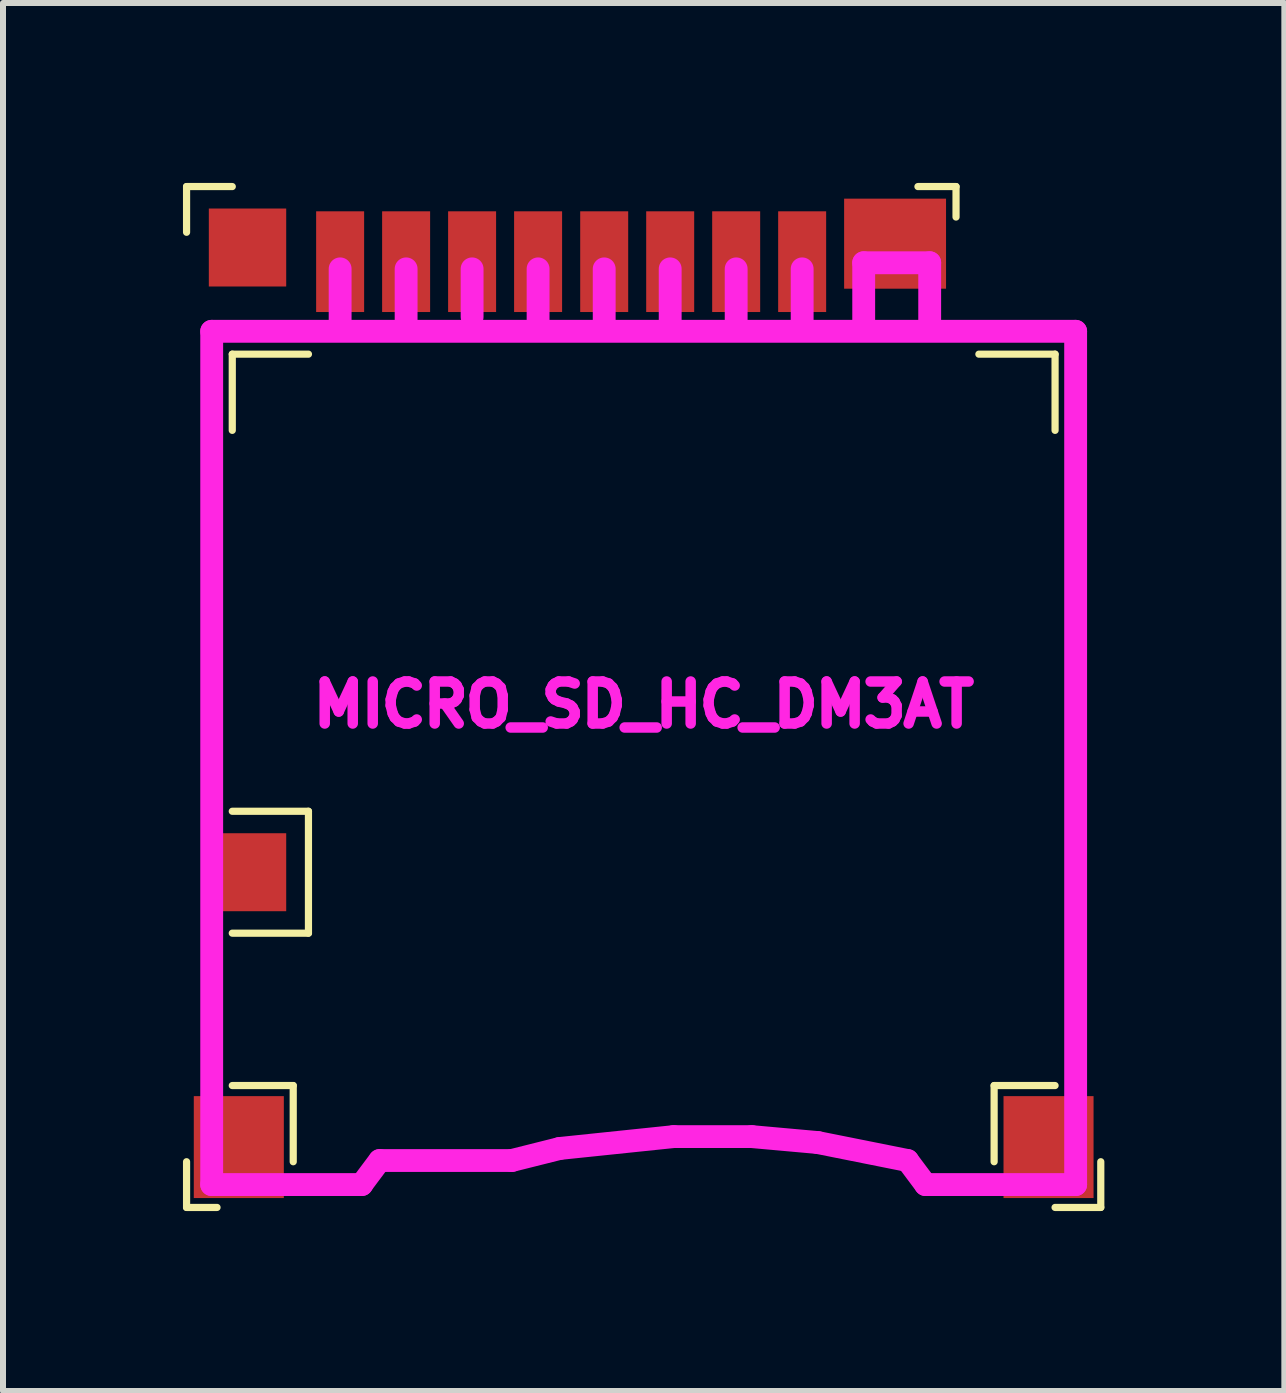
<source format=kicad_pcb>
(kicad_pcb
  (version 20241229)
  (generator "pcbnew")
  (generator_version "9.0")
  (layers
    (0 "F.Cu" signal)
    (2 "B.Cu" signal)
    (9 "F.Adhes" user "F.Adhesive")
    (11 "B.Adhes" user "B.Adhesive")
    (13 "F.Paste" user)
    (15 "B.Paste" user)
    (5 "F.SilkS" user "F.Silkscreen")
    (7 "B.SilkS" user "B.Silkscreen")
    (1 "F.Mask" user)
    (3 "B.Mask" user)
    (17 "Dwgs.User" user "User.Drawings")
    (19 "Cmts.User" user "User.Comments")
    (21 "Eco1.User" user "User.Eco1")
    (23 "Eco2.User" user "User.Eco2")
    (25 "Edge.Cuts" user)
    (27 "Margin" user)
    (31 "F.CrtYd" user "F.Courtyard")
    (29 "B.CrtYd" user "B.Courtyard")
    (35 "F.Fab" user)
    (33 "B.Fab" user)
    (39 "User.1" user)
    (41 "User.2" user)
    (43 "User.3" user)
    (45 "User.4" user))
  (footprint "MICRO_SD_HC_DM3AT"
    (layer "F.Cu")
    (at 7.68 8.696)
    (property "Reference" "MICRO_SD_HC_DM3AT" (at 0 0 0) (layer "F.CrtYd") (effects (font (size 0.7 0.7) (thickness 0.175))))
    (attr smd)
    (fp_line (start -7.62 -8.636) (end -7.62 -7.874) (stroke (width 0.12) (type solid)) (layer "F.SilkS"))
    (fp_line (start -7.62 7.62) (end -7.62 8.382) (stroke (width 0.12) (type solid)) (layer "F.SilkS"))
    (fp_line (start -7.62 8.382) (end -7.112 8.382) (stroke (width 0.12) (type solid)) (layer "F.SilkS"))
    (fp_line (start -6.858 -8.636) (end -7.62 -8.636) (stroke (width 0.12) (type solid)) (layer "F.SilkS"))
    (fp_line (start -6.858 -5.842) (end -6.858 -4.572) (stroke (width 0.12) (type solid)) (layer "F.SilkS"))
    (fp_line (start -6.858 -5.842) (end -5.588 -5.842) (stroke (width 0.12) (type solid)) (layer "F.SilkS"))
    (fp_line (start -6.858 3.81) (end -5.588 3.81) (stroke (width 0.12) (type solid)) (layer "F.SilkS"))
    (fp_line (start -6.858 6.35) (end -5.842 6.35) (stroke (width 0.12) (type solid)) (layer "F.SilkS"))
    (fp_line (start -5.842 6.35) (end -5.842 7.62) (stroke (width 0.12) (type solid)) (layer "F.SilkS"))
    (fp_line (start -5.588 1.778) (end -6.858 1.778) (stroke (width 0.12) (type solid)) (layer "F.SilkS"))
    (fp_line (start -5.588 3.81) (end -5.588 1.778) (stroke (width 0.12) (type solid)) (layer "F.SilkS"))
    (fp_line (start 4.572 -8.636) (end 5.207 -8.636) (stroke (width 0.12) (type solid)) (layer "F.SilkS"))
    (fp_line (start 5.207 -8.636) (end 5.207 -8.128) (stroke (width 0.12) (type solid)) (layer "F.SilkS"))
    (fp_line (start 5.842 6.35) (end 6.858 6.35) (stroke (width 0.12) (type solid)) (layer "F.SilkS"))
    (fp_line (start 5.842 7.62) (end 5.842 6.35) (stroke (width 0.12) (type solid)) (layer "F.SilkS"))
    (fp_line (start 6.858 -5.842) (end 5.588 -5.842) (stroke (width 0.12) (type solid)) (layer "F.SilkS"))
    (fp_line (start 6.858 -5.842) (end 6.858 -4.572) (stroke (width 0.12) (type solid)) (layer "F.SilkS"))
    (fp_line (start 7.62 8.382) (end 6.858 8.382) (stroke (width 0.12) (type solid)) (layer "F.SilkS"))
    (fp_line (start 7.62 8.382) (end 7.62 7.62) (stroke (width 0.12) (type solid)) (layer "F.SilkS"))
    (fp_line (start -7.201 -6.223) (end -7.201 8.001) (stroke (width 0.381) (type solid)) (layer "F.CrtYd"))
    (fp_line (start -5.06 -6.365) (end -5.06 -7.264) (stroke (width 0.381) (type solid)) (layer "F.CrtYd"))
    (fp_line (start -4.699 8.001) (end -7.201 8.001) (stroke (width 0.381) (type solid)) (layer "F.CrtYd"))
    (fp_line (start -4.402 7.6) (end -4.702 8.001) (stroke (width 0.381) (type solid)) (layer "F.CrtYd"))
    (fp_line (start -3.96 -7.264) (end -3.96 -6.365) (stroke (width 0.381) (type solid)) (layer "F.CrtYd"))
    (fp_line (start -2.86 -7.264) (end -2.86 -6.464) (stroke (width 0.381) (type solid)) (layer "F.CrtYd"))
    (fp_line (start -2.2 7.6) (end -4.399 7.6) (stroke (width 0.381) (type solid)) (layer "F.CrtYd"))
    (fp_line (start -2.2 7.6) (end -1.4 7.399) (stroke (width 0.381) (type solid)) (layer "F.CrtYd"))
    (fp_line (start -1.76 -7.264) (end -1.76 -6.365) (stroke (width 0.381) (type solid)) (layer "F.CrtYd"))
    (fp_line (start -1.4 7.399) (end 0.5 7.201) (stroke (width 0.381) (type solid)) (layer "F.CrtYd"))
    (fp_line (start -0.658 -7.264) (end -0.658 -6.365) (stroke (width 0.381) (type solid)) (layer "F.CrtYd"))
    (fp_line (start 0.442 -7.264) (end 0.442 -6.365) (stroke (width 0.381) (type solid)) (layer "F.CrtYd"))
    (fp_line (start 0.5 7.201) (end 1.801 7.201) (stroke (width 0.381) (type solid)) (layer "F.CrtYd"))
    (fp_line (start 1.542 -7.264) (end 1.542 -6.365) (stroke (width 0.381) (type solid)) (layer "F.CrtYd"))
    (fp_line (start 1.801 7.201) (end 2.901 7.3) (stroke (width 0.381) (type solid)) (layer "F.CrtYd"))
    (fp_line (start 2.642 -7.264) (end 2.642 -6.365) (stroke (width 0.381) (type solid)) (layer "F.CrtYd"))
    (fp_line (start 2.901 7.3) (end 4.399 7.6) (stroke (width 0.381) (type solid)) (layer "F.CrtYd"))
    (fp_line (start 3.668 -6.365) (end 3.668 -7.366) (stroke (width 0.381) (type solid)) (layer "F.CrtYd"))
    (fp_line (start 4.699 8.001) (end 4.399 7.6) (stroke (width 0.381) (type solid)) (layer "F.CrtYd"))
    (fp_line (start 4.699 8.001) (end 7.201 8.001) (stroke (width 0.381) (type solid)) (layer "F.CrtYd"))
    (fp_line (start 4.768 -7.366) (end 3.668 -7.366) (stroke (width 0.381) (type solid)) (layer "F.CrtYd"))
    (fp_line (start 4.768 -7.366) (end 4.768 -6.365) (stroke (width 0.381) (type solid)) (layer "F.CrtYd"))
    (fp_line (start 7.201 -6.223) (end -7.201 -6.223) (stroke (width 0.381) (type solid)) (layer "F.CrtYd"))
    (fp_line (start 7.201 8.001) (end 7.201 -6.223) (stroke (width 0.381) (type solid)) (layer "F.CrtYd"))
    (pad "" smd rect (at -6.749 7.376) (size 1.501 1.699) (layers "F.Cu" "F.Mask" "F.Paste"))
    (pad "" smd rect (at 6.749 7.376) (size 1.501 1.699) (layers "F.Cu" "F.Mask" "F.Paste"))
    (pad "1" smd rect (at 2.642 -7.384) (size 0.8 1.679) (layers "F.Cu" "F.Mask" "F.Paste"))
    (pad "2" smd rect (at 1.542 -7.384) (size 0.8 1.679) (layers "F.Cu" "F.Mask" "F.Paste"))
    (pad "3" smd rect (at 0.442 -7.384) (size 0.8 1.679) (layers "F.Cu" "F.Mask" "F.Paste"))
    (pad "4" smd rect (at -0.658 -7.384) (size 0.8 1.679) (layers "F.Cu" "F.Mask" "F.Paste"))
    (pad "5" smd rect (at -1.76 -7.384) (size 0.8 1.679) (layers "F.Cu" "F.Mask" "F.Paste"))
    (pad "6" smd rect (at -2.86 -7.384) (size 0.8 1.679) (layers "F.Cu" "F.Mask" "F.Paste"))
    (pad "7" smd rect (at -3.96 -7.384) (size 0.8 1.679) (layers "F.Cu" "F.Mask" "F.Paste"))
    (pad "8" smd rect (at -5.06 -7.384) (size 0.8 1.679) (layers "F.Cu" "F.Mask" "F.Paste"))
    (pad "9" smd rect (at -6.604 -7.62) (size 1.29 1.3) (layers "F.Cu" "F.Mask" "F.Paste"))
    (pad "10" smd rect (at -6.604 2.794) (size 1.29 1.3) (layers "F.Cu" "F.Mask" "F.Paste"))
    (pad "11" smd rect (at 4.191 -7.684) (size 1.699 1.501) (layers "F.Cu" "F.Mask" "F.Paste")))
  (gr_rect
    (start -3 -3)
    (end 18.36 20.138)
    (stroke (width 0.1) (type default))
    (fill no)
    (layer "Edge.Cuts")))
</source>
